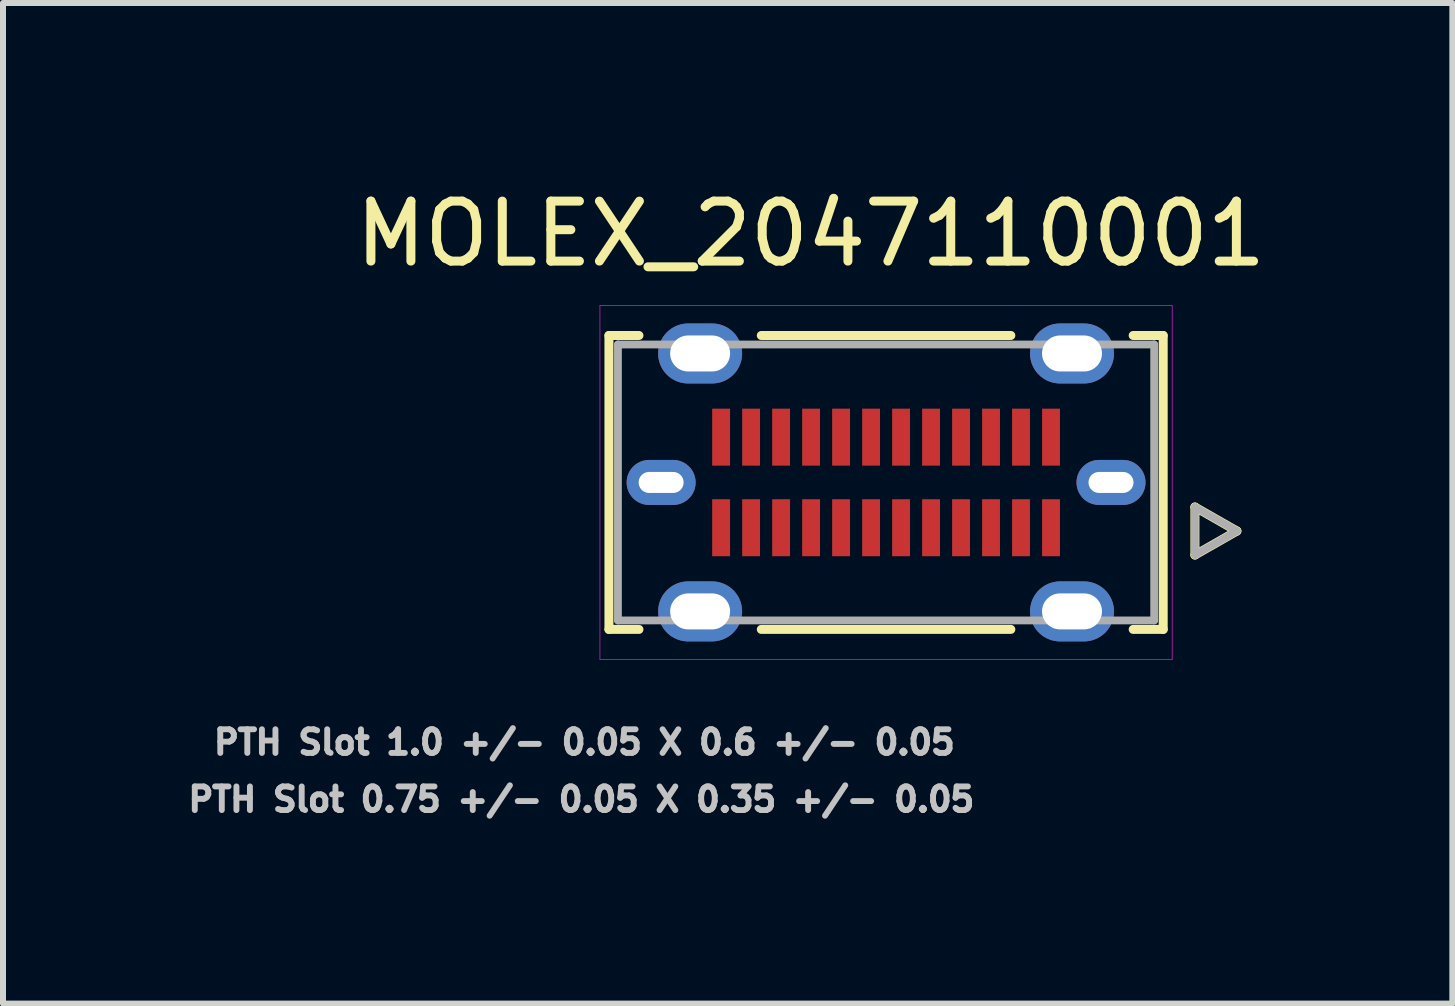
<source format=kicad_pcb>
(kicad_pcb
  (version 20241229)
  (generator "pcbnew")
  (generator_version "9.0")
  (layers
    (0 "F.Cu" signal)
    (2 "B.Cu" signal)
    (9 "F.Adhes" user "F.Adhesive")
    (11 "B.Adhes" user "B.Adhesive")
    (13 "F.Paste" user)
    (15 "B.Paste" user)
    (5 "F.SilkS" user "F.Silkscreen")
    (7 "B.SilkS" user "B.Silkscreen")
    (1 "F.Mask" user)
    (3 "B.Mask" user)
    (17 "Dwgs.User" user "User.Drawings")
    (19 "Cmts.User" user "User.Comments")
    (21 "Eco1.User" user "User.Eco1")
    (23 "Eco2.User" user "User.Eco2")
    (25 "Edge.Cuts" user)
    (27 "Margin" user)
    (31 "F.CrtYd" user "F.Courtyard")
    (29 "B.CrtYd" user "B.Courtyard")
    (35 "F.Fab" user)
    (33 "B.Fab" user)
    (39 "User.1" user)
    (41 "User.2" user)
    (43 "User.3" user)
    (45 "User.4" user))
  (footprint "MOLEX_2047110001"
    (layer "F.Cu")
    (at 11.722 4.993)
    (property "Reference" "MOLEX_2047110001" (at -1.255 -4.145 0) (layer "F.SilkS") (effects (font (size 1 1) (thickness 0.15))))
    (attr smd)
    (fp_poly (pts (xy -2.962 -1.294) (xy -2.538 -1.294) (xy -2.538 -0.216) (xy -2.962 -0.216)) (stroke (width 0.01) (type solid)) (fill yes) (layer "F.Mask"))
    (fp_poly (pts (xy -2.962 0.216) (xy -2.538 0.216) (xy -2.538 1.294) (xy -2.962 1.294)) (stroke (width 0.01) (type solid)) (fill yes) (layer "F.Mask"))
    (fp_poly (pts (xy -2.462 -1.294) (xy -2.038 -1.294) (xy -2.038 -0.216) (xy -2.462 -0.216)) (stroke (width 0.01) (type solid)) (fill yes) (layer "F.Mask"))
    (fp_poly (pts (xy -2.462 0.216) (xy -2.038 0.216) (xy -2.038 1.294) (xy -2.462 1.294)) (stroke (width 0.01) (type solid)) (fill yes) (layer "F.Mask"))
    (fp_poly (pts (xy -1.962 -1.294) (xy -1.538 -1.294) (xy -1.538 -0.216) (xy -1.962 -0.216)) (stroke (width 0.01) (type solid)) (fill yes) (layer "F.Mask"))
    (fp_poly (pts (xy -1.962 0.216) (xy -1.538 0.216) (xy -1.538 1.294) (xy -1.962 1.294)) (stroke (width 0.01) (type solid)) (fill yes) (layer "F.Mask"))
    (fp_poly (pts (xy -1.462 -1.294) (xy -1.038 -1.294) (xy -1.038 -0.216) (xy -1.462 -0.216)) (stroke (width 0.01) (type solid)) (fill yes) (layer "F.Mask"))
    (fp_poly (pts (xy -1.462 0.216) (xy -1.038 0.216) (xy -1.038 1.294) (xy -1.462 1.294)) (stroke (width 0.01) (type solid)) (fill yes) (layer "F.Mask"))
    (fp_poly (pts (xy -0.963 -1.294) (xy -0.537 -1.294) (xy -0.537 -0.216) (xy -0.963 -0.216)) (stroke (width 0.01) (type solid)) (fill yes) (layer "F.Mask"))
    (fp_poly (pts (xy -0.963 0.216) (xy -0.537 0.216) (xy -0.537 1.294) (xy -0.963 1.294)) (stroke (width 0.01) (type solid)) (fill yes) (layer "F.Mask"))
    (fp_poly (pts (xy -0.463 -1.294) (xy -0.037 -1.294) (xy -0.037 -0.216) (xy -0.463 -0.216)) (stroke (width 0.01) (type solid)) (fill yes) (layer "F.Mask"))
    (fp_poly (pts (xy -0.463 0.216) (xy -0.037 0.216) (xy -0.037 1.294) (xy -0.463 1.294)) (stroke (width 0.01) (type solid)) (fill yes) (layer "F.Mask"))
    (fp_poly (pts (xy 0.037 -1.294) (xy 0.463 -1.294) (xy 0.463 -0.216) (xy 0.037 -0.216)) (stroke (width 0.01) (type solid)) (fill yes) (layer "F.Mask"))
    (fp_poly (pts (xy 0.037 0.216) (xy 0.463 0.216) (xy 0.463 1.294) (xy 0.037 1.294)) (stroke (width 0.01) (type solid)) (fill yes) (layer "F.Mask"))
    (fp_poly (pts (xy 0.537 -1.294) (xy 0.963 -1.294) (xy 0.963 -0.216) (xy 0.537 -0.216)) (stroke (width 0.01) (type solid)) (fill yes) (layer "F.Mask"))
    (fp_poly (pts (xy 0.537 0.216) (xy 0.963 0.216) (xy 0.963 1.294) (xy 0.537 1.294)) (stroke (width 0.01) (type solid)) (fill yes) (layer "F.Mask"))
    (fp_poly (pts (xy 1.038 -1.294) (xy 1.462 -1.294) (xy 1.462 -0.216) (xy 1.038 -0.216)) (stroke (width 0.01) (type solid)) (fill yes) (layer "F.Mask"))
    (fp_poly (pts (xy 1.038 0.216) (xy 1.462 0.216) (xy 1.462 1.294) (xy 1.038 1.294)) (stroke (width 0.01) (type solid)) (fill yes) (layer "F.Mask"))
    (fp_poly (pts (xy 1.538 -1.294) (xy 1.962 -1.294) (xy 1.962 -0.216) (xy 1.538 -0.216)) (stroke (width 0.01) (type solid)) (fill yes) (layer "F.Mask"))
    (fp_poly (pts (xy 1.538 0.216) (xy 1.962 0.216) (xy 1.962 1.294) (xy 1.538 1.294)) (stroke (width 0.01) (type solid)) (fill yes) (layer "F.Mask"))
    (fp_poly (pts (xy 2.038 -1.294) (xy 2.462 -1.294) (xy 2.462 -0.216) (xy 2.038 -0.216)) (stroke (width 0.01) (type solid)) (fill yes) (layer "F.Mask"))
    (fp_poly (pts (xy 2.038 0.216) (xy 2.462 0.216) (xy 2.462 1.294) (xy 2.038 1.294)) (stroke (width 0.01) (type solid)) (fill yes) (layer "F.Mask"))
    (fp_poly (pts (xy 2.538 -1.294) (xy 2.962 -1.294) (xy 2.962 -0.216) (xy 2.538 -0.216)) (stroke (width 0.01) (type solid)) (fill yes) (layer "F.Mask"))
    (fp_poly (pts (xy 2.538 0.216) (xy 2.962 0.216) (xy 2.962 1.294) (xy 2.538 1.294)) (stroke (width 0.01) (type solid)) (fill yes) (layer "F.Mask"))
    (fp_line (start -4.62 -2.45) (end -4.12 -2.45) (stroke (width 0.15) (type solid)) (layer "F.SilkS"))
    (fp_line (start -4.62 2.45) (end -4.62 -2.45) (stroke (width 0.15) (type solid)) (layer "F.SilkS"))
    (fp_line (start -4.12 2.45) (end -4.62 2.45) (stroke (width 0.15) (type solid)) (layer "F.SilkS"))
    (fp_line (start -2.08 -2.45) (end 2.08 -2.45) (stroke (width 0.15) (type solid)) (layer "F.SilkS"))
    (fp_line (start -2.08 2.45) (end 2.08 2.45) (stroke (width 0.15) (type solid)) (layer "F.SilkS"))
    (fp_line (start 4.12 -2.45) (end 4.62 -2.45) (stroke (width 0.15) (type solid)) (layer "F.SilkS"))
    (fp_line (start 4.62 -2.45) (end 4.62 2.45) (stroke (width 0.15) (type solid)) (layer "F.SilkS"))
    (fp_line (start 4.62 2.45) (end 4.12 2.45) (stroke (width 0.15) (type solid)) (layer "F.SilkS"))
    (fp_line (start 5.149 0.41) (end 5.149 1.21) (stroke (width 0.15) (type solid)) (layer "F.SilkS"))
    (fp_line (start 5.149 1.21) (end 5.849 0.81) (stroke (width 0.15) (type solid)) (layer "F.SilkS"))
    (fp_line (start 5.849 0.81) (end 5.149 0.41) (stroke (width 0.15) (type solid)) (layer "F.SilkS"))
    (fp_line (start -4.77 -2.95) (end -4.77 2.95) (stroke (width 0.01) (type solid)) (layer "F.CrtYd"))
    (fp_line (start -4.77 2.95) (end 4.77 2.95) (stroke (width 0.01) (type solid)) (layer "F.CrtYd"))
    (fp_line (start 4.77 -2.95) (end -4.77 -2.95) (stroke (width 0.01) (type solid)) (layer "F.CrtYd"))
    (fp_line (start 4.77 2.95) (end 4.77 -2.95) (stroke (width 0.01) (type solid)) (layer "F.CrtYd"))
    (fp_line (start -4.47 -2.3) (end 4.47 -2.3) (stroke (width 0.13) (type solid)) (layer "F.Fab"))
    (fp_line (start -4.47 2.3) (end -4.47 -2.3) (stroke (width 0.13) (type solid)) (layer "F.Fab"))
    (fp_line (start 4.47 -2.3) (end 4.47 2.3) (stroke (width 0.13) (type solid)) (layer "F.Fab"))
    (fp_line (start 4.47 2.3) (end -4.47 2.3) (stroke (width 0.13) (type solid)) (layer "F.Fab"))
    (fp_line (start 5.149 0.41) (end 5.149 1.21) (stroke (width 0.13) (type solid)) (layer "F.Fab"))
    (fp_line (start 5.149 1.21) (end 5.849 0.81) (stroke (width 0.13) (type solid)) (layer "F.Fab"))
    (fp_line (start 5.849 0.81) (end 5.149 0.41) (stroke (width 0.13) (type solid)) (layer "F.Fab"))
    (fp_text user "PTH Slot 0.75 +/- 0.05 X 0.35 +/- 0.05" (at -5.08 5.285 0) (layer "Dwgs.User") (effects (font (size 0.394 0.394) (thickness 0.15))))
    (fp_text user "PTH Slot 1.0 +/- 0.05 X 0.6 +/- 0.05" (at -5.03 4.332 0) (layer "Dwgs.User") (effects (font (size 0.394 0.394) (thickness 0.15))))
    (pad "A1" smd rect (at 2.75 0.755) (size 0.298 0.95) (layers "F.Cu" "F.Paste"))
    (pad "A2" smd rect (at 2.25 0.755) (size 0.298 0.95) (layers "F.Cu" "F.Paste"))
    (pad "A3" smd rect (at 1.75 0.755) (size 0.298 0.95) (layers "F.Cu" "F.Paste"))
    (pad "A4" smd rect (at 1.25 0.755) (size 0.298 0.95) (layers "F.Cu" "F.Paste"))
    (pad "A5" smd rect (at 0.75 0.755) (size 0.298 0.95) (layers "F.Cu" "F.Paste"))
    (pad "A6" smd rect (at 0.25 0.755) (size 0.298 0.95) (layers "F.Cu" "F.Paste"))
    (pad "A7" smd rect (at -0.25 0.755) (size 0.298 0.95) (layers "F.Cu" "F.Paste"))
    (pad "A8" smd rect (at -0.75 0.755) (size 0.298 0.95) (layers "F.Cu" "F.Paste"))
    (pad "A9" smd rect (at -1.25 0.755) (size 0.298 0.95) (layers "F.Cu" "F.Paste"))
    (pad "A10" smd rect (at -1.75 0.755) (size 0.298 0.95) (layers "F.Cu" "F.Paste"))
    (pad "A11" smd rect (at -2.25 0.755) (size 0.298 0.95) (layers "F.Cu" "F.Paste"))
    (pad "A12" smd rect (at -2.75 0.755) (size 0.298 0.95) (layers "F.Cu" "F.Paste"))
    (pad "B1" smd rect (at -2.75 -0.755) (size 0.298 0.95) (layers "F.Cu" "F.Paste"))
    (pad "B2" smd rect (at -2.25 -0.755) (size 0.298 0.95) (layers "F.Cu" "F.Paste"))
    (pad "B3" smd rect (at -1.75 -0.755) (size 0.298 0.95) (layers "F.Cu" "F.Paste"))
    (pad "B4" smd rect (at -1.25 -0.755) (size 0.298 0.95) (layers "F.Cu" "F.Paste"))
    (pad "B5" smd rect (at -0.75 -0.755) (size 0.298 0.95) (layers "F.Cu" "F.Paste"))
    (pad "B6" smd rect (at -0.25 -0.755) (size 0.298 0.95) (layers "F.Cu" "F.Paste"))
    (pad "B7" smd rect (at 0.25 -0.755) (size 0.298 0.95) (layers "F.Cu" "F.Paste"))
    (pad "B8" smd rect (at 0.75 -0.755) (size 0.298 0.95) (layers "F.Cu" "F.Paste"))
    (pad "B9" smd rect (at 1.25 -0.755) (size 0.298 0.95) (layers "F.Cu" "F.Paste"))
    (pad "B10" smd rect (at 1.75 -0.755) (size 0.298 0.95) (layers "F.Cu" "F.Paste"))
    (pad "B11" smd rect (at 2.25 -0.755) (size 0.298 0.95) (layers "F.Cu" "F.Paste"))
    (pad "B12" smd rect (at 2.75 -0.755) (size 0.298 0.95) (layers "F.Cu" "F.Paste"))
    (pad "SH1" thru_hole oval (at -3.1 -2.15) (size 1.4 1) (drill oval 1 0.6) (layers "*.Cu" "*.Mask"))
    (pad "SH2" thru_hole oval (at -3.75 0) (size 1.15 0.75) (drill oval 0.75 0.35) (layers "*.Cu" "*.Mask"))
    (pad "SH3" thru_hole oval (at -3.1 2.15) (size 1.4 1) (drill oval 1 0.6) (layers "*.Cu" "*.Mask"))
    (pad "SH4" thru_hole oval (at 3.1 2.15) (size 1.4 1) (drill oval 1 0.6) (layers "*.Cu" "*.Mask"))
    (pad "SH5" thru_hole oval (at 3.75 0) (size 1.15 0.75) (drill oval 0.75 0.35) (layers "*.Cu" "*.Mask"))
    (pad "SH6" thru_hole oval (at 3.1 -2.15) (size 1.4 1) (drill oval 1 0.6) (layers "*.Cu" "*.Mask")))
  (gr_rect
    (start -3 -3)
    (end 21.163 13.681)
    (stroke (width 0.1) (type default))
    (fill no)
    (layer "Edge.Cuts")))
</source>
